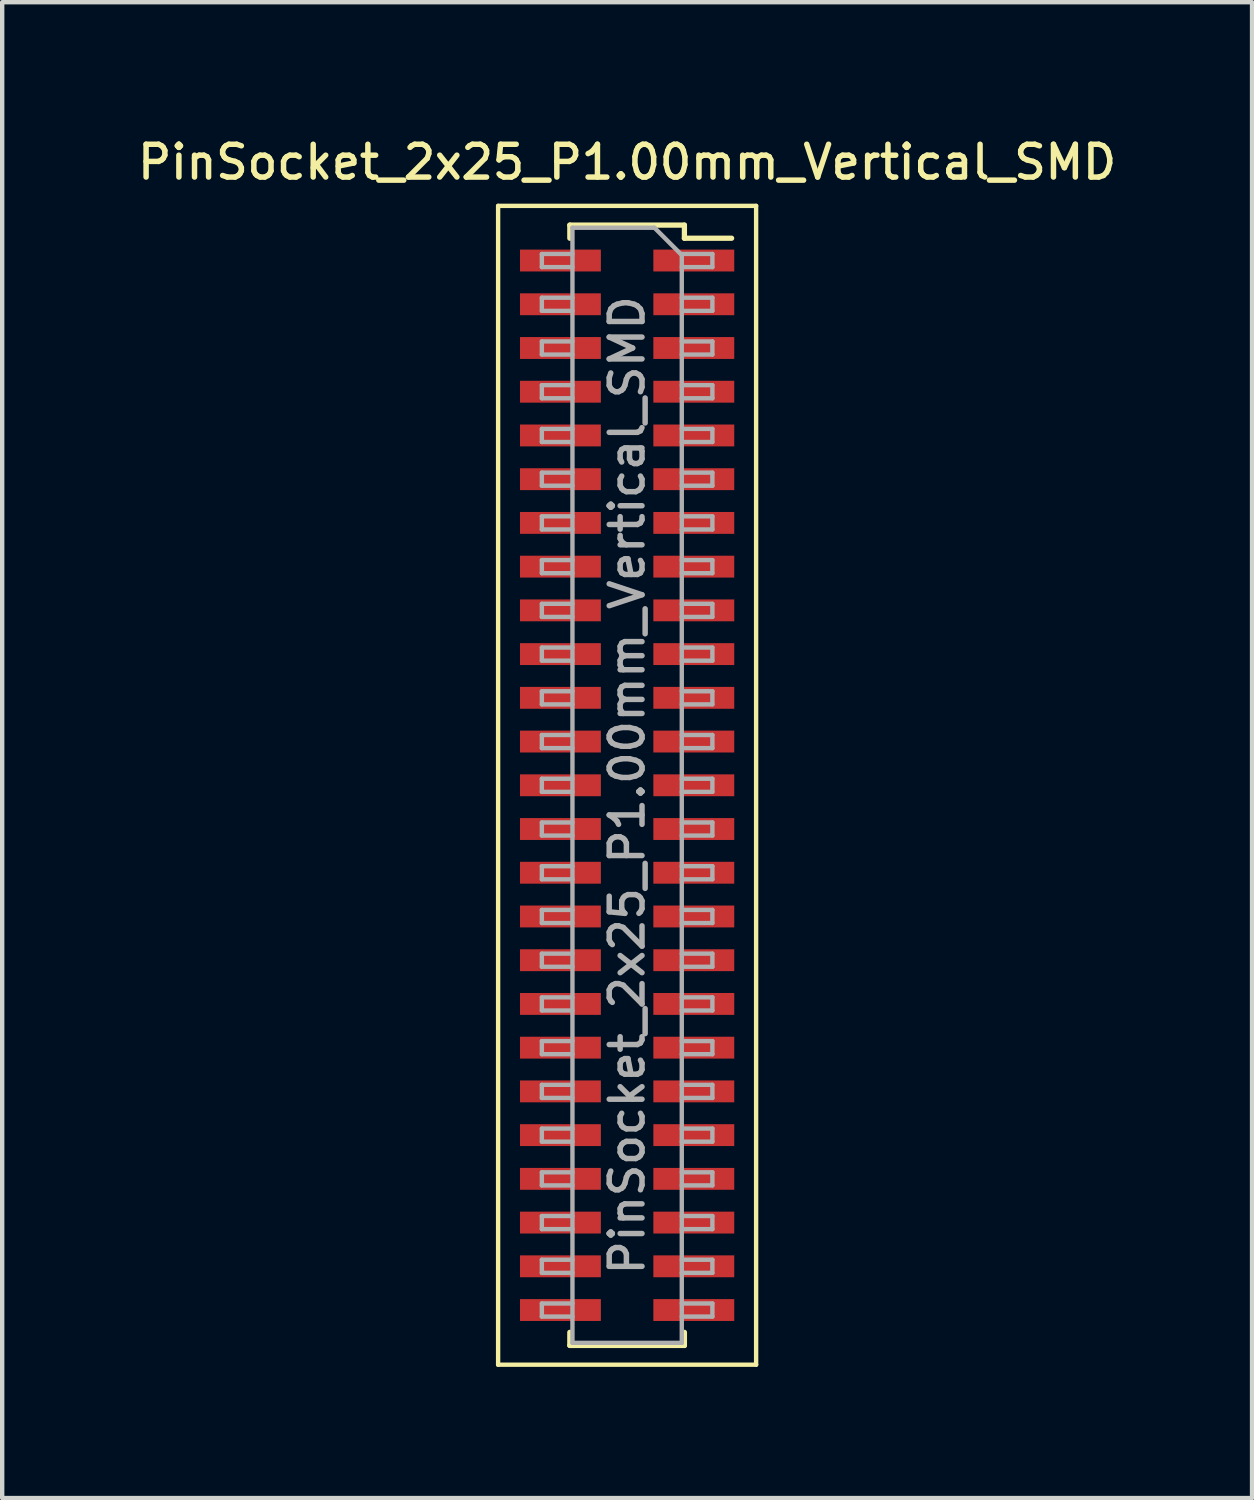
<source format=kicad_pcb>
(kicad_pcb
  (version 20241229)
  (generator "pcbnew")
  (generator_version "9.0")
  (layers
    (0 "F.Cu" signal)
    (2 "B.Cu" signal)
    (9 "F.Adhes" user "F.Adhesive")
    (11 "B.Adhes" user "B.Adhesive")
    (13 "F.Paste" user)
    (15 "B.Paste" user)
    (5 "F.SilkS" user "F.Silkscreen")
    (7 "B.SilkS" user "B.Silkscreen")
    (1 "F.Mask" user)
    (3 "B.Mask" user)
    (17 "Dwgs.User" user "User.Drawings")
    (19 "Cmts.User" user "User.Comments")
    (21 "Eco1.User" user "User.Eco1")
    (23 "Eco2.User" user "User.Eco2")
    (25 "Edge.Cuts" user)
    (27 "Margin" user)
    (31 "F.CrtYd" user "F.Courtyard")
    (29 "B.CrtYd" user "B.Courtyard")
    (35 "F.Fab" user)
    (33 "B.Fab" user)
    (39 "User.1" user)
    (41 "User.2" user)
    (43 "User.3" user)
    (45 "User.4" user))
  (footprint "PinSocket_2x25_P1.00mm_Vertical_SMD"
    (layer "F.Cu")
    (at 11.291 14.908)
    (property "Reference" "PinSocket_2x25_P1.00mm_Vertical_SMD" (at 0 -14.25 0) (layer "F.SilkS") (effects (font (size 0.75 0.75) (thickness 0.125))))
    (attr smd)
    (fp_line (start -2.95 -13.25) (end 2.95 -13.25) (stroke (width 0.1) (type solid)) (layer "F.SilkS"))
    (fp_line (start -2.95 13.25) (end -2.95 -13.25) (stroke (width 0.1) (type solid)) (layer "F.SilkS"))
    (fp_line (start -1.31 -12.81) (end -1.31 -12.51) (stroke (width 0.12) (type solid)) (layer "F.SilkS"))
    (fp_line (start -1.31 -12.81) (end 1.31 -12.81) (stroke (width 0.12) (type solid)) (layer "F.SilkS"))
    (fp_line (start -1.31 12.51) (end -1.31 12.81) (stroke (width 0.12) (type solid)) (layer "F.SilkS"))
    (fp_line (start -1.31 12.81) (end 1.31 12.81) (stroke (width 0.12) (type solid)) (layer "F.SilkS"))
    (fp_line (start 1.31 -12.81) (end 1.31 -12.51) (stroke (width 0.12) (type solid)) (layer "F.SilkS"))
    (fp_line (start 1.31 -12.51) (end 2.39 -12.51) (stroke (width 0.12) (type solid)) (layer "F.SilkS"))
    (fp_line (start 1.31 12.51) (end 1.31 12.81) (stroke (width 0.12) (type solid)) (layer "F.SilkS"))
    (fp_line (start 2.95 -13.25) (end 2.95 13.25) (stroke (width 0.1) (type solid)) (layer "F.SilkS"))
    (fp_line (start 2.95 13.25) (end -2.95 13.25) (stroke (width 0.1) (type solid)) (layer "F.SilkS"))
    (fp_line (start -1.95 -12.15) (end -1.25 -12.15) (stroke (width 0.1) (type solid)) (layer "F.Fab"))
    (fp_line (start -1.95 -11.85) (end -1.95 -12.15) (stroke (width 0.1) (type solid)) (layer "F.Fab"))
    (fp_line (start -1.95 -11.15) (end -1.25 -11.15) (stroke (width 0.1) (type solid)) (layer "F.Fab"))
    (fp_line (start -1.95 -10.85) (end -1.95 -11.15) (stroke (width 0.1) (type solid)) (layer "F.Fab"))
    (fp_line (start -1.95 -10.15) (end -1.25 -10.15) (stroke (width 0.1) (type solid)) (layer "F.Fab"))
    (fp_line (start -1.95 -9.85) (end -1.95 -10.15) (stroke (width 0.1) (type solid)) (layer "F.Fab"))
    (fp_line (start -1.95 -9.15) (end -1.25 -9.15) (stroke (width 0.1) (type solid)) (layer "F.Fab"))
    (fp_line (start -1.95 -8.85) (end -1.95 -9.15) (stroke (width 0.1) (type solid)) (layer "F.Fab"))
    (fp_line (start -1.95 -8.15) (end -1.25 -8.15) (stroke (width 0.1) (type solid)) (layer "F.Fab"))
    (fp_line (start -1.95 -7.85) (end -1.95 -8.15) (stroke (width 0.1) (type solid)) (layer "F.Fab"))
    (fp_line (start -1.95 -7.15) (end -1.25 -7.15) (stroke (width 0.1) (type solid)) (layer "F.Fab"))
    (fp_line (start -1.95 -6.85) (end -1.95 -7.15) (stroke (width 0.1) (type solid)) (layer "F.Fab"))
    (fp_line (start -1.95 -6.15) (end -1.25 -6.15) (stroke (width 0.1) (type solid)) (layer "F.Fab"))
    (fp_line (start -1.95 -5.85) (end -1.95 -6.15) (stroke (width 0.1) (type solid)) (layer "F.Fab"))
    (fp_line (start -1.95 -5.15) (end -1.25 -5.15) (stroke (width 0.1) (type solid)) (layer "F.Fab"))
    (fp_line (start -1.95 -4.85) (end -1.95 -5.15) (stroke (width 0.1) (type solid)) (layer "F.Fab"))
    (fp_line (start -1.95 -4.15) (end -1.25 -4.15) (stroke (width 0.1) (type solid)) (layer "F.Fab"))
    (fp_line (start -1.95 -3.85) (end -1.95 -4.15) (stroke (width 0.1) (type solid)) (layer "F.Fab"))
    (fp_line (start -1.95 -3.15) (end -1.25 -3.15) (stroke (width 0.1) (type solid)) (layer "F.Fab"))
    (fp_line (start -1.95 -2.85) (end -1.95 -3.15) (stroke (width 0.1) (type solid)) (layer "F.Fab"))
    (fp_line (start -1.95 -2.15) (end -1.25 -2.15) (stroke (width 0.1) (type solid)) (layer "F.Fab"))
    (fp_line (start -1.95 -1.85) (end -1.95 -2.15) (stroke (width 0.1) (type solid)) (layer "F.Fab"))
    (fp_line (start -1.95 -1.15) (end -1.25 -1.15) (stroke (width 0.1) (type solid)) (layer "F.Fab"))
    (fp_line (start -1.95 -0.85) (end -1.95 -1.15) (stroke (width 0.1) (type solid)) (layer "F.Fab"))
    (fp_line (start -1.95 -0.15) (end -1.25 -0.15) (stroke (width 0.1) (type solid)) (layer "F.Fab"))
    (fp_line (start -1.95 0.15) (end -1.95 -0.15) (stroke (width 0.1) (type solid)) (layer "F.Fab"))
    (fp_line (start -1.95 0.85) (end -1.25 0.85) (stroke (width 0.1) (type solid)) (layer "F.Fab"))
    (fp_line (start -1.95 1.15) (end -1.95 0.85) (stroke (width 0.1) (type solid)) (layer "F.Fab"))
    (fp_line (start -1.95 1.85) (end -1.25 1.85) (stroke (width 0.1) (type solid)) (layer "F.Fab"))
    (fp_line (start -1.95 2.15) (end -1.95 1.85) (stroke (width 0.1) (type solid)) (layer "F.Fab"))
    (fp_line (start -1.95 2.85) (end -1.25 2.85) (stroke (width 0.1) (type solid)) (layer "F.Fab"))
    (fp_line (start -1.95 3.15) (end -1.95 2.85) (stroke (width 0.1) (type solid)) (layer "F.Fab"))
    (fp_line (start -1.95 3.85) (end -1.25 3.85) (stroke (width 0.1) (type solid)) (layer "F.Fab"))
    (fp_line (start -1.95 4.15) (end -1.95 3.85) (stroke (width 0.1) (type solid)) (layer "F.Fab"))
    (fp_line (start -1.95 4.85) (end -1.25 4.85) (stroke (width 0.1) (type solid)) (layer "F.Fab"))
    (fp_line (start -1.95 5.15) (end -1.95 4.85) (stroke (width 0.1) (type solid)) (layer "F.Fab"))
    (fp_line (start -1.95 5.85) (end -1.25 5.85) (stroke (width 0.1) (type solid)) (layer "F.Fab"))
    (fp_line (start -1.95 6.15) (end -1.95 5.85) (stroke (width 0.1) (type solid)) (layer "F.Fab"))
    (fp_line (start -1.95 6.85) (end -1.25 6.85) (stroke (width 0.1) (type solid)) (layer "F.Fab"))
    (fp_line (start -1.95 7.15) (end -1.95 6.85) (stroke (width 0.1) (type solid)) (layer "F.Fab"))
    (fp_line (start -1.95 7.85) (end -1.25 7.85) (stroke (width 0.1) (type solid)) (layer "F.Fab"))
    (fp_line (start -1.95 8.15) (end -1.95 7.85) (stroke (width 0.1) (type solid)) (layer "F.Fab"))
    (fp_line (start -1.95 8.85) (end -1.25 8.85) (stroke (width 0.1) (type solid)) (layer "F.Fab"))
    (fp_line (start -1.95 9.15) (end -1.95 8.85) (stroke (width 0.1) (type solid)) (layer "F.Fab"))
    (fp_line (start -1.95 9.85) (end -1.25 9.85) (stroke (width 0.1) (type solid)) (layer "F.Fab"))
    (fp_line (start -1.95 10.15) (end -1.95 9.85) (stroke (width 0.1) (type solid)) (layer "F.Fab"))
    (fp_line (start -1.95 10.85) (end -1.25 10.85) (stroke (width 0.1) (type solid)) (layer "F.Fab"))
    (fp_line (start -1.95 11.15) (end -1.95 10.85) (stroke (width 0.1) (type solid)) (layer "F.Fab"))
    (fp_line (start -1.95 11.85) (end -1.25 11.85) (stroke (width 0.1) (type solid)) (layer "F.Fab"))
    (fp_line (start -1.95 12.15) (end -1.95 11.85) (stroke (width 0.1) (type solid)) (layer "F.Fab"))
    (fp_line (start -1.25 -12.75) (end 0.625 -12.75) (stroke (width 0.1) (type solid)) (layer "F.Fab"))
    (fp_line (start -1.25 -11.85) (end -1.95 -11.85) (stroke (width 0.1) (type solid)) (layer "F.Fab"))
    (fp_line (start -1.25 -10.85) (end -1.95 -10.85) (stroke (width 0.1) (type solid)) (layer "F.Fab"))
    (fp_line (start -1.25 -9.85) (end -1.95 -9.85) (stroke (width 0.1) (type solid)) (layer "F.Fab"))
    (fp_line (start -1.25 -8.85) (end -1.95 -8.85) (stroke (width 0.1) (type solid)) (layer "F.Fab"))
    (fp_line (start -1.25 -7.85) (end -1.95 -7.85) (stroke (width 0.1) (type solid)) (layer "F.Fab"))
    (fp_line (start -1.25 -6.85) (end -1.95 -6.85) (stroke (width 0.1) (type solid)) (layer "F.Fab"))
    (fp_line (start -1.25 -5.85) (end -1.95 -5.85) (stroke (width 0.1) (type solid)) (layer "F.Fab"))
    (fp_line (start -1.25 -4.85) (end -1.95 -4.85) (stroke (width 0.1) (type solid)) (layer "F.Fab"))
    (fp_line (start -1.25 -3.85) (end -1.95 -3.85) (stroke (width 0.1) (type solid)) (layer "F.Fab"))
    (fp_line (start -1.25 -2.85) (end -1.95 -2.85) (stroke (width 0.1) (type solid)) (layer "F.Fab"))
    (fp_line (start -1.25 -1.85) (end -1.95 -1.85) (stroke (width 0.1) (type solid)) (layer "F.Fab"))
    (fp_line (start -1.25 -0.85) (end -1.95 -0.85) (stroke (width 0.1) (type solid)) (layer "F.Fab"))
    (fp_line (start -1.25 0.15) (end -1.95 0.15) (stroke (width 0.1) (type solid)) (layer "F.Fab"))
    (fp_line (start -1.25 1.15) (end -1.95 1.15) (stroke (width 0.1) (type solid)) (layer "F.Fab"))
    (fp_line (start -1.25 2.15) (end -1.95 2.15) (stroke (width 0.1) (type solid)) (layer "F.Fab"))
    (fp_line (start -1.25 3.15) (end -1.95 3.15) (stroke (width 0.1) (type solid)) (layer "F.Fab"))
    (fp_line (start -1.25 4.15) (end -1.95 4.15) (stroke (width 0.1) (type solid)) (layer "F.Fab"))
    (fp_line (start -1.25 5.15) (end -1.95 5.15) (stroke (width 0.1) (type solid)) (layer "F.Fab"))
    (fp_line (start -1.25 6.15) (end -1.95 6.15) (stroke (width 0.1) (type solid)) (layer "F.Fab"))
    (fp_line (start -1.25 7.15) (end -1.95 7.15) (stroke (width 0.1) (type solid)) (layer "F.Fab"))
    (fp_line (start -1.25 8.15) (end -1.95 8.15) (stroke (width 0.1) (type solid)) (layer "F.Fab"))
    (fp_line (start -1.25 9.15) (end -1.95 9.15) (stroke (width 0.1) (type solid)) (layer "F.Fab"))
    (fp_line (start -1.25 10.15) (end -1.95 10.15) (stroke (width 0.1) (type solid)) (layer "F.Fab"))
    (fp_line (start -1.25 11.15) (end -1.95 11.15) (stroke (width 0.1) (type solid)) (layer "F.Fab"))
    (fp_line (start -1.25 12.15) (end -1.95 12.15) (stroke (width 0.1) (type solid)) (layer "F.Fab"))
    (fp_line (start -1.25 12.75) (end -1.25 -12.75) (stroke (width 0.1) (type solid)) (layer "F.Fab"))
    (fp_line (start 0.625 -12.75) (end 1.25 -12.125) (stroke (width 0.1) (type solid)) (layer "F.Fab"))
    (fp_line (start 1.25 -12.15) (end 1.95 -12.15) (stroke (width 0.1) (type solid)) (layer "F.Fab"))
    (fp_line (start 1.25 -12.125) (end 1.25 12.75) (stroke (width 0.1) (type solid)) (layer "F.Fab"))
    (fp_line (start 1.25 -11.15) (end 1.95 -11.15) (stroke (width 0.1) (type solid)) (layer "F.Fab"))
    (fp_line (start 1.25 -10.15) (end 1.95 -10.15) (stroke (width 0.1) (type solid)) (layer "F.Fab"))
    (fp_line (start 1.25 -9.15) (end 1.95 -9.15) (stroke (width 0.1) (type solid)) (layer "F.Fab"))
    (fp_line (start 1.25 -8.15) (end 1.95 -8.15) (stroke (width 0.1) (type solid)) (layer "F.Fab"))
    (fp_line (start 1.25 -7.15) (end 1.95 -7.15) (stroke (width 0.1) (type solid)) (layer "F.Fab"))
    (fp_line (start 1.25 -6.15) (end 1.95 -6.15) (stroke (width 0.1) (type solid)) (layer "F.Fab"))
    (fp_line (start 1.25 -5.15) (end 1.95 -5.15) (stroke (width 0.1) (type solid)) (layer "F.Fab"))
    (fp_line (start 1.25 -4.15) (end 1.95 -4.15) (stroke (width 0.1) (type solid)) (layer "F.Fab"))
    (fp_line (start 1.25 -3.15) (end 1.95 -3.15) (stroke (width 0.1) (type solid)) (layer "F.Fab"))
    (fp_line (start 1.25 -2.15) (end 1.95 -2.15) (stroke (width 0.1) (type solid)) (layer "F.Fab"))
    (fp_line (start 1.25 -1.15) (end 1.95 -1.15) (stroke (width 0.1) (type solid)) (layer "F.Fab"))
    (fp_line (start 1.25 -0.15) (end 1.95 -0.15) (stroke (width 0.1) (type solid)) (layer "F.Fab"))
    (fp_line (start 1.25 0.85) (end 1.95 0.85) (stroke (width 0.1) (type solid)) (layer "F.Fab"))
    (fp_line (start 1.25 1.85) (end 1.95 1.85) (stroke (width 0.1) (type solid)) (layer "F.Fab"))
    (fp_line (start 1.25 2.85) (end 1.95 2.85) (stroke (width 0.1) (type solid)) (layer "F.Fab"))
    (fp_line (start 1.25 3.85) (end 1.95 3.85) (stroke (width 0.1) (type solid)) (layer "F.Fab"))
    (fp_line (start 1.25 4.85) (end 1.95 4.85) (stroke (width 0.1) (type solid)) (layer "F.Fab"))
    (fp_line (start 1.25 5.85) (end 1.95 5.85) (stroke (width 0.1) (type solid)) (layer "F.Fab"))
    (fp_line (start 1.25 6.85) (end 1.95 6.85) (stroke (width 0.1) (type solid)) (layer "F.Fab"))
    (fp_line (start 1.25 7.85) (end 1.95 7.85) (stroke (width 0.1) (type solid)) (layer "F.Fab"))
    (fp_line (start 1.25 8.85) (end 1.95 8.85) (stroke (width 0.1) (type solid)) (layer "F.Fab"))
    (fp_line (start 1.25 9.85) (end 1.95 9.85) (stroke (width 0.1) (type solid)) (layer "F.Fab"))
    (fp_line (start 1.25 10.85) (end 1.95 10.85) (stroke (width 0.1) (type solid)) (layer "F.Fab"))
    (fp_line (start 1.25 11.85) (end 1.95 11.85) (stroke (width 0.1) (type solid)) (layer "F.Fab"))
    (fp_line (start 1.25 12.75) (end -1.25 12.75) (stroke (width 0.1) (type solid)) (layer "F.Fab"))
    (fp_line (start 1.95 -12.15) (end 1.95 -11.85) (stroke (width 0.1) (type solid)) (layer "F.Fab"))
    (fp_line (start 1.95 -11.85) (end 1.25 -11.85) (stroke (width 0.1) (type solid)) (layer "F.Fab"))
    (fp_line (start 1.95 -11.15) (end 1.95 -10.85) (stroke (width 0.1) (type solid)) (layer "F.Fab"))
    (fp_line (start 1.95 -10.85) (end 1.25 -10.85) (stroke (width 0.1) (type solid)) (layer "F.Fab"))
    (fp_line (start 1.95 -10.15) (end 1.95 -9.85) (stroke (width 0.1) (type solid)) (layer "F.Fab"))
    (fp_line (start 1.95 -9.85) (end 1.25 -9.85) (stroke (width 0.1) (type solid)) (layer "F.Fab"))
    (fp_line (start 1.95 -9.15) (end 1.95 -8.85) (stroke (width 0.1) (type solid)) (layer "F.Fab"))
    (fp_line (start 1.95 -8.85) (end 1.25 -8.85) (stroke (width 0.1) (type solid)) (layer "F.Fab"))
    (fp_line (start 1.95 -8.15) (end 1.95 -7.85) (stroke (width 0.1) (type solid)) (layer "F.Fab"))
    (fp_line (start 1.95 -7.85) (end 1.25 -7.85) (stroke (width 0.1) (type solid)) (layer "F.Fab"))
    (fp_line (start 1.95 -7.15) (end 1.95 -6.85) (stroke (width 0.1) (type solid)) (layer "F.Fab"))
    (fp_line (start 1.95 -6.85) (end 1.25 -6.85) (stroke (width 0.1) (type solid)) (layer "F.Fab"))
    (fp_line (start 1.95 -6.15) (end 1.95 -5.85) (stroke (width 0.1) (type solid)) (layer "F.Fab"))
    (fp_line (start 1.95 -5.85) (end 1.25 -5.85) (stroke (width 0.1) (type solid)) (layer "F.Fab"))
    (fp_line (start 1.95 -5.15) (end 1.95 -4.85) (stroke (width 0.1) (type solid)) (layer "F.Fab"))
    (fp_line (start 1.95 -4.85) (end 1.25 -4.85) (stroke (width 0.1) (type solid)) (layer "F.Fab"))
    (fp_line (start 1.95 -4.15) (end 1.95 -3.85) (stroke (width 0.1) (type solid)) (layer "F.Fab"))
    (fp_line (start 1.95 -3.85) (end 1.25 -3.85) (stroke (width 0.1) (type solid)) (layer "F.Fab"))
    (fp_line (start 1.95 -3.15) (end 1.95 -2.85) (stroke (width 0.1) (type solid)) (layer "F.Fab"))
    (fp_line (start 1.95 -2.85) (end 1.25 -2.85) (stroke (width 0.1) (type solid)) (layer "F.Fab"))
    (fp_line (start 1.95 -2.15) (end 1.95 -1.85) (stroke (width 0.1) (type solid)) (layer "F.Fab"))
    (fp_line (start 1.95 -1.85) (end 1.25 -1.85) (stroke (width 0.1) (type solid)) (layer "F.Fab"))
    (fp_line (start 1.95 -1.15) (end 1.95 -0.85) (stroke (width 0.1) (type solid)) (layer "F.Fab"))
    (fp_line (start 1.95 -0.85) (end 1.25 -0.85) (stroke (width 0.1) (type solid)) (layer "F.Fab"))
    (fp_line (start 1.95 -0.15) (end 1.95 0.15) (stroke (width 0.1) (type solid)) (layer "F.Fab"))
    (fp_line (start 1.95 0.15) (end 1.25 0.15) (stroke (width 0.1) (type solid)) (layer "F.Fab"))
    (fp_line (start 1.95 0.85) (end 1.95 1.15) (stroke (width 0.1) (type solid)) (layer "F.Fab"))
    (fp_line (start 1.95 1.15) (end 1.25 1.15) (stroke (width 0.1) (type solid)) (layer "F.Fab"))
    (fp_line (start 1.95 1.85) (end 1.95 2.15) (stroke (width 0.1) (type solid)) (layer "F.Fab"))
    (fp_line (start 1.95 2.15) (end 1.25 2.15) (stroke (width 0.1) (type solid)) (layer "F.Fab"))
    (fp_line (start 1.95 2.85) (end 1.95 3.15) (stroke (width 0.1) (type solid)) (layer "F.Fab"))
    (fp_line (start 1.95 3.15) (end 1.25 3.15) (stroke (width 0.1) (type solid)) (layer "F.Fab"))
    (fp_line (start 1.95 3.85) (end 1.95 4.15) (stroke (width 0.1) (type solid)) (layer "F.Fab"))
    (fp_line (start 1.95 4.15) (end 1.25 4.15) (stroke (width 0.1) (type solid)) (layer "F.Fab"))
    (fp_line (start 1.95 4.85) (end 1.95 5.15) (stroke (width 0.1) (type solid)) (layer "F.Fab"))
    (fp_line (start 1.95 5.15) (end 1.25 5.15) (stroke (width 0.1) (type solid)) (layer "F.Fab"))
    (fp_line (start 1.95 5.85) (end 1.95 6.15) (stroke (width 0.1) (type solid)) (layer "F.Fab"))
    (fp_line (start 1.95 6.15) (end 1.25 6.15) (stroke (width 0.1) (type solid)) (layer "F.Fab"))
    (fp_line (start 1.95 6.85) (end 1.95 7.15) (stroke (width 0.1) (type solid)) (layer "F.Fab"))
    (fp_line (start 1.95 7.15) (end 1.25 7.15) (stroke (width 0.1) (type solid)) (layer "F.Fab"))
    (fp_line (start 1.95 7.85) (end 1.95 8.15) (stroke (width 0.1) (type solid)) (layer "F.Fab"))
    (fp_line (start 1.95 8.15) (end 1.25 8.15) (stroke (width 0.1) (type solid)) (layer "F.Fab"))
    (fp_line (start 1.95 8.85) (end 1.95 9.15) (stroke (width 0.1) (type solid)) (layer "F.Fab"))
    (fp_line (start 1.95 9.15) (end 1.25 9.15) (stroke (width 0.1) (type solid)) (layer "F.Fab"))
    (fp_line (start 1.95 9.85) (end 1.95 10.15) (stroke (width 0.1) (type solid)) (layer "F.Fab"))
    (fp_line (start 1.95 10.15) (end 1.25 10.15) (stroke (width 0.1) (type solid)) (layer "F.Fab"))
    (fp_line (start 1.95 10.85) (end 1.95 11.15) (stroke (width 0.1) (type solid)) (layer "F.Fab"))
    (fp_line (start 1.95 11.15) (end 1.25 11.15) (stroke (width 0.1) (type solid)) (layer "F.Fab"))
    (fp_line (start 1.95 11.85) (end 1.95 12.15) (stroke (width 0.1) (type solid)) (layer "F.Fab"))
    (fp_line (start 1.95 12.15) (end 1.25 12.15) (stroke (width 0.1) (type solid)) (layer "F.Fab"))
    (fp_text user "${REFERENCE}" (at 0 0 90) (layer "F.Fab") (effects (font (size 0.75 0.75) (thickness 0.125))))
    (pad "1" smd rect (at 1.525 -12) (size 1.85 0.5) (layers "F.Cu" "F.Mask" "F.Paste"))
    (pad "2" smd rect (at -1.525 -12) (size 1.85 0.5) (layers "F.Cu" "F.Mask" "F.Paste"))
    (pad "3" smd rect (at 1.525 -11) (size 1.85 0.5) (layers "F.Cu" "F.Mask" "F.Paste"))
    (pad "4" smd rect (at -1.525 -11) (size 1.85 0.5) (layers "F.Cu" "F.Mask" "F.Paste"))
    (pad "5" smd rect (at 1.525 -10) (size 1.85 0.5) (layers "F.Cu" "F.Mask" "F.Paste"))
    (pad "6" smd rect (at -1.525 -10) (size 1.85 0.5) (layers "F.Cu" "F.Mask" "F.Paste"))
    (pad "7" smd rect (at 1.525 -9) (size 1.85 0.5) (layers "F.Cu" "F.Mask" "F.Paste"))
    (pad "8" smd rect (at -1.525 -9) (size 1.85 0.5) (layers "F.Cu" "F.Mask" "F.Paste"))
    (pad "9" smd rect (at 1.525 -8) (size 1.85 0.5) (layers "F.Cu" "F.Mask" "F.Paste"))
    (pad "10" smd rect (at -1.525 -8) (size 1.85 0.5) (layers "F.Cu" "F.Mask" "F.Paste"))
    (pad "11" smd rect (at 1.525 -7) (size 1.85 0.5) (layers "F.Cu" "F.Mask" "F.Paste"))
    (pad "12" smd rect (at -1.525 -7) (size 1.85 0.5) (layers "F.Cu" "F.Mask" "F.Paste"))
    (pad "13" smd rect (at 1.525 -6) (size 1.85 0.5) (layers "F.Cu" "F.Mask" "F.Paste"))
    (pad "14" smd rect (at -1.525 -6) (size 1.85 0.5) (layers "F.Cu" "F.Mask" "F.Paste"))
    (pad "15" smd rect (at 1.525 -5) (size 1.85 0.5) (layers "F.Cu" "F.Mask" "F.Paste"))
    (pad "16" smd rect (at -1.525 -5) (size 1.85 0.5) (layers "F.Cu" "F.Mask" "F.Paste"))
    (pad "17" smd rect (at 1.525 -4) (size 1.85 0.5) (layers "F.Cu" "F.Mask" "F.Paste"))
    (pad "18" smd rect (at -1.525 -4) (size 1.85 0.5) (layers "F.Cu" "F.Mask" "F.Paste"))
    (pad "19" smd rect (at 1.525 -3) (size 1.85 0.5) (layers "F.Cu" "F.Mask" "F.Paste"))
    (pad "20" smd rect (at -1.525 -3) (size 1.85 0.5) (layers "F.Cu" "F.Mask" "F.Paste"))
    (pad "21" smd rect (at 1.525 -2) (size 1.85 0.5) (layers "F.Cu" "F.Mask" "F.Paste"))
    (pad "22" smd rect (at -1.525 -2) (size 1.85 0.5) (layers "F.Cu" "F.Mask" "F.Paste"))
    (pad "23" smd rect (at 1.525 -1) (size 1.85 0.5) (layers "F.Cu" "F.Mask" "F.Paste"))
    (pad "24" smd rect (at -1.525 -1) (size 1.85 0.5) (layers "F.Cu" "F.Mask" "F.Paste"))
    (pad "25" smd rect (at 1.525 0) (size 1.85 0.5) (layers "F.Cu" "F.Mask" "F.Paste"))
    (pad "26" smd rect (at -1.525 0) (size 1.85 0.5) (layers "F.Cu" "F.Mask" "F.Paste"))
    (pad "27" smd rect (at 1.525 1) (size 1.85 0.5) (layers "F.Cu" "F.Mask" "F.Paste"))
    (pad "28" smd rect (at -1.525 1) (size 1.85 0.5) (layers "F.Cu" "F.Mask" "F.Paste"))
    (pad "29" smd rect (at 1.525 2) (size 1.85 0.5) (layers "F.Cu" "F.Mask" "F.Paste"))
    (pad "30" smd rect (at -1.525 2) (size 1.85 0.5) (layers "F.Cu" "F.Mask" "F.Paste"))
    (pad "31" smd rect (at 1.525 3) (size 1.85 0.5) (layers "F.Cu" "F.Mask" "F.Paste"))
    (pad "32" smd rect (at -1.525 3) (size 1.85 0.5) (layers "F.Cu" "F.Mask" "F.Paste"))
    (pad "33" smd rect (at 1.525 4) (size 1.85 0.5) (layers "F.Cu" "F.Mask" "F.Paste"))
    (pad "34" smd rect (at -1.525 4) (size 1.85 0.5) (layers "F.Cu" "F.Mask" "F.Paste"))
    (pad "35" smd rect (at 1.525 5) (size 1.85 0.5) (layers "F.Cu" "F.Mask" "F.Paste"))
    (pad "36" smd rect (at -1.525 5) (size 1.85 0.5) (layers "F.Cu" "F.Mask" "F.Paste"))
    (pad "37" smd rect (at 1.525 6) (size 1.85 0.5) (layers "F.Cu" "F.Mask" "F.Paste"))
    (pad "38" smd rect (at -1.525 6) (size 1.85 0.5) (layers "F.Cu" "F.Mask" "F.Paste"))
    (pad "39" smd rect (at 1.525 7) (size 1.85 0.5) (layers "F.Cu" "F.Mask" "F.Paste"))
    (pad "40" smd rect (at -1.525 7) (size 1.85 0.5) (layers "F.Cu" "F.Mask" "F.Paste"))
    (pad "41" smd rect (at 1.525 8) (size 1.85 0.5) (layers "F.Cu" "F.Mask" "F.Paste"))
    (pad "42" smd rect (at -1.525 8) (size 1.85 0.5) (layers "F.Cu" "F.Mask" "F.Paste"))
    (pad "43" smd rect (at 1.525 9) (size 1.85 0.5) (layers "F.Cu" "F.Mask" "F.Paste"))
    (pad "44" smd rect (at -1.525 9) (size 1.85 0.5) (layers "F.Cu" "F.Mask" "F.Paste"))
    (pad "45" smd rect (at 1.525 10) (size 1.85 0.5) (layers "F.Cu" "F.Mask" "F.Paste"))
    (pad "46" smd rect (at -1.525 10) (size 1.85 0.5) (layers "F.Cu" "F.Mask" "F.Paste"))
    (pad "47" smd rect (at 1.525 11) (size 1.85 0.5) (layers "F.Cu" "F.Mask" "F.Paste"))
    (pad "48" smd rect (at -1.525 11) (size 1.85 0.5) (layers "F.Cu" "F.Mask" "F.Paste"))
    (pad "49" smd rect (at 1.525 12) (size 1.85 0.5) (layers "F.Cu" "F.Mask" "F.Paste"))
    (pad "50" smd rect (at -1.525 12) (size 1.85 0.5) (layers "F.Cu" "F.Mask" "F.Paste")))
  (gr_rect
    (start -3 -3)
    (end 25.582 31.208)
    (stroke (width 0.1) (type default))
    (fill no)
    (layer "Edge.Cuts")))
</source>
